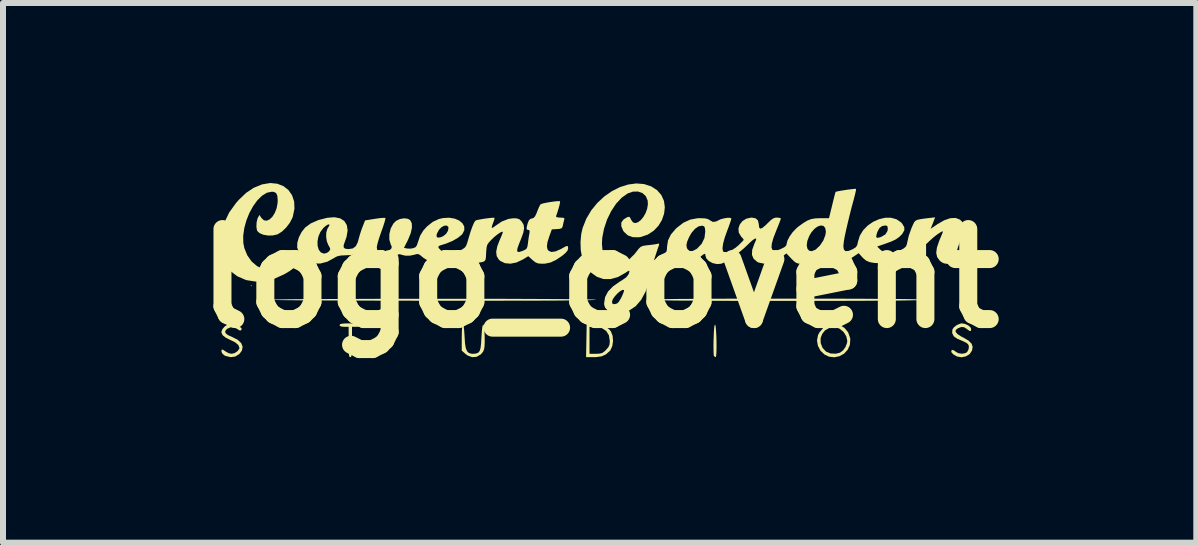
<source format=kicad_pcb>
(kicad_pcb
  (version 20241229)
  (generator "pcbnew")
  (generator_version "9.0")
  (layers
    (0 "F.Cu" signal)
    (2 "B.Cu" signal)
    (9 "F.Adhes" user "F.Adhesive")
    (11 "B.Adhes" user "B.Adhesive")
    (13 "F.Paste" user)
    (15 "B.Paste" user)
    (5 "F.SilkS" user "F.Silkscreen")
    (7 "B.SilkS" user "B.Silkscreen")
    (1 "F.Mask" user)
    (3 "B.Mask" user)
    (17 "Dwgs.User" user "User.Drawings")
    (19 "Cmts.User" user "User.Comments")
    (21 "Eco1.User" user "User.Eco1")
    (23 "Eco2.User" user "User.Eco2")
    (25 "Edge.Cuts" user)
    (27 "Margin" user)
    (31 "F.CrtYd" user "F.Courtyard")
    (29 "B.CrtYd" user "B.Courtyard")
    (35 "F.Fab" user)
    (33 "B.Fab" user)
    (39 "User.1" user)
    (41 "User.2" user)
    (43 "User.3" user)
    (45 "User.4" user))
  (footprint "logo_covent"
    (layer "F.Cu")
    (at 6.943 1.589)
    (property "Reference" "logo_covent" (at 0 0 0) (layer "F.SilkS") (effects (font (size 1.5 1.5) (thickness 0.3))))
    (attr board_only exclude_from_pos_files exclude_from_bom)
    (fp_poly (pts (xy -5.797 0.122) (xy -5.806 0.131) (xy -5.815 0.122) (xy -5.806 0.113)) (stroke (width 0) (type solid)) (fill yes) (layer "F.SilkS"))
    (fp_poly (pts (xy 1.933 0.8) (xy 1.939 0.865) (xy 1.945 0.965) (xy 1.947 1.041) (xy 1.948 1.164) (xy 1.945 1.251) (xy 1.94 1.3) (xy 1.932 1.313) (xy 1.908 1.298) (xy 1.903 1.289) (xy 1.9 1.262) (xy 1.898 1.205) (xy 1.897 1.126) (xy 1.898 1.034) (xy 1.899 1.017) (xy 1.903 0.9) (xy 1.909 0.821) (xy 1.917 0.778) (xy 1.925 0.771)) (stroke (width 0) (type solid)) (fill yes) (layer "F.SilkS"))
    (fp_poly (pts (xy -4.07 0.751) (xy -4.016 0.755) (xy -3.988 0.762) (xy -3.977 0.774) (xy -3.977 0.779) (xy -3.989 0.798) (xy -4.03 0.806) (xy -4.052 0.807) (xy -4.127 0.807) (xy -4.127 1.06) (xy -4.128 1.164) (xy -4.13 1.235) (xy -4.134 1.281) (xy -4.141 1.305) (xy -4.152 1.313) (xy -4.155 1.313) (xy -4.167 1.308) (xy -4.175 1.288) (xy -4.18 1.249) (xy -4.182 1.184) (xy -4.183 1.089) (xy -4.183 1.06) (xy -4.183 0.807) (xy -4.258 0.807) (xy -4.311 0.802) (xy -4.332 0.787) (xy -4.333 0.779) (xy -4.327 0.765) (xy -4.304 0.757) (xy -4.257 0.752) (xy -4.181 0.75) (xy -4.155 0.75)) (stroke (width 0) (type solid)) (fill yes) (layer "F.SilkS"))
    (fp_poly (pts (xy -0.011 0.762) (xy 0.084 0.795) (xy 0.159 0.849) (xy 0.188 0.885) (xy 0.216 0.958) (xy 0.223 1.044) (xy 0.211 1.128) (xy 0.179 1.198) (xy 0.168 1.211) (xy 0.104 1.267) (xy 0.033 1.299) (xy -0.058 1.312) (xy -0.103 1.313) (xy -0.226 1.313) (xy -0.221 1.036) (xy -0.221 1.032) (xy -0.169 1.032) (xy -0.169 1.257) (xy -0.064 1.257) (xy 0.001 1.254) (xy 0.044 1.243) (xy 0.082 1.215) (xy 0.105 1.193) (xy 0.146 1.146) (xy 0.165 1.101) (xy 0.169 1.042) (xy 0.154 0.948) (xy 0.109 0.876) (xy 0.038 0.829) (xy -0.06 0.808) (xy -0.093 0.807) (xy -0.169 0.807) (xy -0.169 1.032) (xy -0.221 1.032) (xy -0.216 0.76) (xy -0.117 0.754)) (stroke (width 0) (type solid)) (fill yes) (layer "F.SilkS"))
    (fp_poly (pts (xy -2.265 0.805) (xy -2.257 0.877) (xy -2.251 0.969) (xy -2.244 1.081) (xy -2.231 1.161) (xy -2.21 1.213) (xy -2.18 1.243) (xy -2.137 1.256) (xy -2.111 1.257) (xy -2.06 1.253) (xy -2.024 1.239) (xy -1.999 1.209) (xy -1.984 1.157) (xy -1.975 1.078) (xy -1.97 0.986) (xy -1.963 0.882) (xy -1.955 0.81) (xy -1.945 0.773) (xy -1.936 0.771) (xy -1.927 0.804) (xy -1.921 0.873) (xy -1.917 0.947) (xy -1.915 1.053) (xy -1.918 1.128) (xy -1.926 1.182) (xy -1.942 1.221) (xy -1.968 1.253) (xy -1.983 1.268) (xy -2.05 1.307) (xy -2.125 1.313) (xy -2.201 1.285) (xy -2.237 1.258) (xy -2.298 1.204) (xy -2.298 0.987) (xy -2.296 0.879) (xy -2.291 0.807) (xy -2.283 0.77) (xy -2.274 0.769)) (stroke (width 0) (type solid)) (fill yes) (layer "F.SilkS"))
    (fp_poly (pts (xy 3.999 0.777) (xy 4.08 0.825) (xy 4.141 0.899) (xy 4.174 0.993) (xy 4.177 1.016) (xy 4.17 1.109) (xy 4.133 1.19) (xy 4.074 1.254) (xy 3.997 1.297) (xy 3.911 1.315) (xy 3.823 1.305) (xy 3.75 1.271) (xy 3.68 1.205) (xy 3.637 1.123) (xy 3.622 1.034) (xy 3.629 0.997) (xy 3.682 0.997) (xy 3.683 1.077) (xy 3.715 1.159) (xy 3.772 1.22) (xy 3.849 1.252) (xy 3.938 1.255) (xy 4.004 1.239) (xy 4.054 1.203) (xy 4.097 1.144) (xy 4.123 1.075) (xy 4.127 1.041) (xy 4.11 0.965) (xy 4.066 0.894) (xy 4.003 0.842) (xy 3.985 0.833) (xy 3.9 0.814) (xy 3.823 0.828) (xy 3.757 0.866) (xy 3.709 0.925) (xy 3.682 0.997) (xy 3.629 0.997) (xy 3.639 0.946) (xy 3.663 0.9) (xy 3.73 0.821) (xy 3.803 0.776) (xy 3.891 0.76) (xy 3.902 0.76)) (stroke (width 0) (type solid)) (fill yes) (layer "F.SilkS"))
    (fp_poly (pts (xy 3.498 0.338) (xy 3.849 0.338) (xy 4.164 0.339) (xy 4.444 0.34) (xy 4.689 0.342) (xy 4.897 0.343) (xy 5.07 0.345) (xy 5.206 0.347) (xy 5.305 0.35) (xy 5.368 0.353) (xy 5.393 0.356) (xy 5.393 0.356) (xy 5.377 0.36) (xy 5.322 0.363) (xy 5.231 0.365) (xy 5.102 0.368) (xy 4.936 0.37) (xy 4.733 0.371) (xy 4.492 0.373) (xy 4.215 0.374) (xy 3.9 0.375) (xy 3.549 0.375) (xy 3.16 0.375) (xy 3.125 0.375) (xy 2.735 0.375) (xy 2.382 0.375) (xy 2.065 0.374) (xy 1.784 0.373) (xy 1.54 0.371) (xy 1.331 0.37) (xy 1.16 0.368) (xy 1.025 0.365) (xy 0.928 0.363) (xy 0.867 0.36) (xy 0.844 0.357) (xy 0.844 0.356) (xy 0.863 0.353) (xy 0.919 0.35) (xy 1.012 0.348) (xy 1.143 0.345) (xy 1.31 0.343) (xy 1.514 0.342) (xy 1.754 0.34) (xy 2.031 0.339) (xy 2.344 0.338) (xy 2.693 0.338) (xy 3.077 0.338) (xy 3.113 0.338)) (stroke (width 0) (type solid)) (fill yes) (layer "F.SilkS"))
    (fp_poly (pts (xy -6.094 0.759) (xy -6.043 0.779) (xy -5.998 0.806) (xy -5.969 0.831) (xy -5.965 0.841) (xy -5.977 0.868) (xy -6.005 0.866) (xy -6.021 0.854) (xy -6.082 0.82) (xy -6.149 0.815) (xy -6.209 0.841) (xy -6.21 0.841) (xy -6.24 0.878) (xy -6.236 0.911) (xy -6.197 0.944) (xy -6.122 0.978) (xy -6.12 0.979) (xy -6.031 1.024) (xy -5.974 1.078) (xy -5.95 1.138) (xy -5.961 1.202) (xy -6.002 1.258) (xy -6.07 1.302) (xy -6.15 1.313) (xy -6.235 1.292) (xy -6.252 1.284) (xy -6.289 1.252) (xy -6.303 1.219) (xy -6.299 1.189) (xy -6.283 1.186) (xy -6.248 1.208) (xy -6.233 1.219) (xy -6.182 1.247) (xy -6.132 1.257) (xy -6.081 1.244) (xy -6.035 1.213) (xy -6.006 1.175) (xy -6.003 1.157) (xy -6.021 1.111) (xy -6.074 1.066) (xy -6.144 1.031) (xy -6.227 0.991) (xy -6.278 0.952) (xy -6.301 0.911) (xy -6.303 0.89) (xy -6.287 0.846) (xy -6.247 0.801) (xy -6.195 0.766) (xy -6.142 0.751) (xy -6.138 0.75)) (stroke (width 0) (type solid)) (fill yes) (layer "F.SilkS"))
    (fp_poly (pts (xy 6.095 0.761) (xy 6.146 0.786) (xy 6.182 0.82) (xy 6.191 0.845) (xy 6.187 0.874) (xy 6.17 0.878) (xy 6.135 0.856) (xy 6.121 0.844) (xy 6.073 0.814) (xy 6.029 0.81) (xy 5.975 0.829) (xy 5.935 0.858) (xy 5.932 0.892) (xy 5.966 0.931) (xy 6.038 0.976) (xy 6.062 0.987) (xy 6.147 1.037) (xy 6.198 1.088) (xy 6.216 1.142) (xy 6.206 1.201) (xy 6.166 1.262) (xy 6.104 1.3) (xy 6.031 1.315) (xy 5.956 1.302) (xy 5.896 1.268) (xy 5.863 1.233) (xy 5.859 1.209) (xy 5.865 1.2) (xy 5.888 1.191) (xy 5.918 1.21) (xy 5.926 1.217) (xy 5.977 1.247) (xy 6.04 1.256) (xy 6.098 1.245) (xy 6.124 1.227) (xy 6.146 1.187) (xy 6.153 1.145) (xy 6.15 1.118) (xy 6.138 1.096) (xy 6.111 1.074) (xy 6.061 1.049) (xy 5.985 1.016) (xy 5.961 1.007) (xy 5.902 0.966) (xy 5.874 0.91) (xy 5.879 0.85) (xy 5.907 0.812) (xy 5.955 0.777) (xy 6.011 0.754) (xy 6.04 0.75)) (stroke (width 0) (type solid)) (fill yes) (layer "F.SilkS"))
    (fp_poly (pts (xy -2.363 0.34) (xy -2.091 0.34) (xy -1.825 0.341) (xy -1.569 0.341) (xy -1.324 0.342) (xy -1.093 0.343) (xy -0.879 0.344) (xy -0.684 0.345) (xy -0.51 0.347) (xy -0.361 0.348) (xy -0.239 0.35) (xy -0.145 0.352) (xy -0.084 0.354) (xy -0.057 0.356) (xy -0.056 0.356) (xy -0.075 0.359) (xy -0.131 0.362) (xy -0.224 0.364) (xy -0.355 0.366) (xy -0.524 0.368) (xy -0.729 0.37) (xy -0.972 0.371) (xy -1.253 0.372) (xy -1.571 0.372) (xy -1.926 0.373) (xy -2.319 0.373) (xy -2.75 0.373) (xy -2.828 0.373) (xy -3.146 0.372) (xy -3.452 0.372) (xy -3.746 0.371) (xy -4.024 0.37) (xy -4.284 0.369) (xy -4.526 0.368) (xy -4.746 0.367) (xy -4.943 0.366) (xy -5.115 0.364) (xy -5.259 0.363) (xy -5.375 0.361) (xy -5.459 0.36) (xy -5.51 0.358) (xy -5.526 0.357) (xy -5.525 0.357) (xy -5.494 0.354) (xy -5.429 0.352) (xy -5.333 0.351) (xy -5.208 0.349) (xy -5.056 0.347) (xy -4.88 0.346) (xy -4.683 0.345) (xy -4.467 0.344) (xy -4.235 0.343) (xy -3.988 0.342) (xy -3.731 0.341) (xy -3.465 0.341) (xy -3.192 0.34) (xy -2.916 0.34) (xy -2.639 0.34)) (stroke (width 0) (type solid)) (fill yes) (layer "F.SilkS"))
    (fp_poly (pts (xy -5.371 -1.577) (xy -5.269 -1.537) (xy -5.186 -1.472) (xy -5.126 -1.385) (xy -5.091 -1.28) (xy -5.086 -1.161) (xy -5.113 -1.031) (xy -5.121 -1.008) (xy -5.163 -0.927) (xy -5.224 -0.847) (xy -5.294 -0.78) (xy -5.363 -0.736) (xy -5.371 -0.733) (xy -5.448 -0.715) (xy -5.529 -0.714) (xy -5.607 -0.728) (xy -5.669 -0.755) (xy -5.707 -0.792) (xy -5.71 -0.798) (xy -5.72 -0.858) (xy -5.717 -0.931) (xy -5.702 -0.996) (xy -5.695 -1.011) (xy -5.67 -1.057) (xy -5.637 -1.007) (xy -5.596 -0.968) (xy -5.55 -0.961) (xy -5.501 -0.982) (xy -5.454 -1.026) (xy -5.414 -1.09) (xy -5.383 -1.169) (xy -5.367 -1.258) (xy -5.365 -1.299) (xy -5.371 -1.375) (xy -5.39 -1.42) (xy -5.427 -1.441) (xy -5.464 -1.444) (xy -5.546 -1.427) (xy -5.627 -1.377) (xy -5.705 -1.3) (xy -5.775 -1.203) (xy -5.837 -1.09) (xy -5.887 -0.966) (xy -5.922 -0.838) (xy -5.94 -0.711) (xy -5.938 -0.59) (xy -5.921 -0.504) (xy -5.872 -0.384) (xy -5.8 -0.282) (xy -5.713 -0.207) (xy -5.71 -0.205) (xy -5.659 -0.179) (xy -5.603 -0.166) (xy -5.527 -0.162) (xy -5.513 -0.162) (xy -5.406 -0.173) (xy -5.312 -0.207) (xy -5.222 -0.269) (xy -5.15 -0.336) (xy -5.107 -0.378) (xy -5.074 -0.406) (xy -5.061 -0.413) (xy -5.053 -0.396) (xy -5.047 -0.353) (xy -5.046 -0.318) (xy -5.051 -0.259) (xy -5.07 -0.21) (xy -5.107 -0.166) (xy -5.168 -0.121) (xy -5.259 -0.067) (xy -5.262 -0.066) (xy -5.419 0.005) (xy -5.58 0.044) (xy -5.738 0.053) (xy -5.887 0.029) (xy -5.897 0.026) (xy -6.038 -0.035) (xy -6.152 -0.121) (xy -6.24 -0.234) (xy -6.269 -0.291) (xy -6.29 -0.344) (xy -6.303 -0.398) (xy -6.31 -0.465) (xy -6.312 -0.556) (xy -6.312 -0.572) (xy -6.297 -0.761) (xy -6.252 -0.935) (xy -6.174 -1.097) (xy -6.062 -1.253) (xy -6.012 -1.31) (xy -5.891 -1.425) (xy -5.767 -1.508) (xy -5.634 -1.563) (xy -5.62 -1.567) (xy -5.489 -1.589)) (stroke (width 0) (type solid)) (fill yes) (layer "F.SilkS"))
    (fp_poly (pts (xy -0.66 -1.285) (xy -0.66 -1.264) (xy -0.67 -1.218) (xy -0.687 -1.157) (xy -0.707 -1.091) (xy -0.727 -1.036) (xy -0.72 -1.021) (xy -0.68 -1.014) (xy -0.657 -1.013) (xy -0.606 -1.01) (xy -0.587 -0.999) (xy -0.588 -0.986) (xy -0.598 -0.95) (xy -0.61 -0.898) (xy -0.61 -0.893) (xy -0.621 -0.853) (xy -0.639 -0.833) (xy -0.676 -0.824) (xy -0.71 -0.822) (xy -0.797 -0.816) (xy -0.838 -0.703) (xy -0.869 -0.606) (xy -0.879 -0.535) (xy -0.869 -0.484) (xy -0.851 -0.46) (xy -0.805 -0.44) (xy -0.737 -0.449) (xy -0.649 -0.487) (xy -0.627 -0.499) (xy -0.572 -0.53) (xy -0.541 -0.541) (xy -0.528 -0.531) (xy -0.525 -0.502) (xy -0.525 -0.498) (xy -0.536 -0.462) (xy -0.571 -0.421) (xy -0.625 -0.376) (xy -0.726 -0.308) (xy -0.817 -0.265) (xy -0.907 -0.246) (xy -0.956 -0.244) (xy -1.021 -0.248) (xy -1.067 -0.265) (xy -1.116 -0.303) (xy -1.12 -0.307) (xy -1.189 -0.37) (xy -1.281 -0.314) (xy -1.385 -0.265) (xy -1.486 -0.245) (xy -1.578 -0.253) (xy -1.655 -0.29) (xy -1.681 -0.313) (xy -1.716 -0.372) (xy -1.724 -0.445) (xy -1.705 -0.537) (xy -1.67 -0.628) (xy -1.642 -0.692) (xy -1.622 -0.743) (xy -1.613 -0.771) (xy -1.613 -0.772) (xy -1.626 -0.778) (xy -1.659 -0.763) (xy -1.705 -0.731) (xy -1.759 -0.687) (xy -1.805 -0.643) (xy -1.846 -0.599) (xy -1.871 -0.563) (xy -1.883 -0.523) (xy -1.889 -0.464) (xy -1.892 -0.423) (xy -1.895 -0.357) (xy -1.901 -0.314) (xy -1.917 -0.288) (xy -1.951 -0.273) (xy -2.007 -0.263) (xy -2.086 -0.252) (xy -2.14 -0.246) (xy -2.167 -0.251) (xy -2.18 -0.27) (xy -2.186 -0.293) (xy -2.199 -0.346) (xy -2.213 -0.373) (xy -2.236 -0.377) (xy -2.278 -0.359) (xy -2.334 -0.328) (xy -2.464 -0.272) (xy -2.596 -0.246) (xy -2.723 -0.25) (xy -2.84 -0.282) (xy -2.939 -0.344) (xy -2.946 -0.35) (xy -2.991 -0.388) (xy -3.023 -0.405) (xy -3.054 -0.404) (xy -3.079 -0.396) (xy -3.158 -0.379) (xy -3.237 -0.378) (xy -3.301 -0.393) (xy -3.304 -0.395) (xy -3.335 -0.404) (xy -3.369 -0.392) (xy -3.406 -0.366) (xy -3.509 -0.303) (xy -3.617 -0.262) (xy -3.724 -0.245) (xy -3.824 -0.251) (xy -3.909 -0.28) (xy -3.974 -0.332) (xy -3.994 -0.361) (xy -4.021 -0.397) (xy -4.05 -0.404) (xy -4.061 -0.4) (xy -4.099 -0.393) (xy -4.16 -0.388) (xy -4.231 -0.385) (xy -4.311 -0.381) (xy -4.367 -0.37) (xy -4.411 -0.349) (xy -4.422 -0.341) (xy -4.538 -0.278) (xy -4.656 -0.247) (xy -4.771 -0.249) (xy -4.868 -0.281) (xy -4.945 -0.339) (xy -5.006 -0.42) (xy -5.04 -0.511) (xy -5.041 -0.517) (xy -5.038 -0.595) (xy -5.032 -0.616) (xy -4.702 -0.616) (xy -4.7 -0.541) (xy -4.681 -0.477) (xy -4.646 -0.432) (xy -4.595 -0.413) (xy -4.588 -0.413) (xy -4.543 -0.426) (xy -4.512 -0.449) (xy -4.493 -0.475) (xy -4.491 -0.499) (xy -4.509 -0.534) (xy -4.519 -0.55) (xy -4.546 -0.615) (xy -4.558 -0.693) (xy -4.555 -0.768) (xy -4.537 -0.827) (xy -4.531 -0.836) (xy -4.505 -0.878) (xy -4.505 -0.899) (xy -4.527 -0.898) (xy -4.565 -0.875) (xy -4.606 -0.838) (xy -4.655 -0.772) (xy -4.687 -0.696) (xy -4.702 -0.616) (xy -5.032 -0.616) (xy -5.012 -0.685) (xy -4.966 -0.773) (xy -4.909 -0.846) (xy -4.814 -0.916) (xy -4.687 -0.972) (xy -4.537 -1.01) (xy -4.419 -1.019) (xy -4.324 -1) (xy -4.255 -0.956) (xy -4.213 -0.887) (xy -4.2 -0.798) (xy -4.218 -0.69) (xy -4.243 -0.62) (xy -4.266 -0.554) (xy -4.265 -0.514) (xy -4.239 -0.494) (xy -4.185 -0.488) (xy -4.183 -0.488) (xy -4.113 -0.499) (xy -4.064 -0.536) (xy -4.031 -0.602) (xy -4.021 -0.638) (xy -4 -0.715) (xy -3.972 -0.803) (xy -3.953 -0.854) (xy -3.909 -0.966) (xy -3.746 -0.992) (xy -3.671 -1.003) (xy -3.612 -1.008) (xy -3.576 -1.008) (xy -3.57 -1.006) (xy -3.572 -0.985) (xy -3.585 -0.936) (xy -3.607 -0.867) (xy -3.636 -0.784) (xy -3.637 -0.783) (xy -3.667 -0.695) (xy -3.693 -0.613) (xy -3.709 -0.549) (xy -3.714 -0.513) (xy -3.703 -0.458) (xy -3.676 -0.414) (xy -3.641 -0.394) (xy -3.637 -0.394) (xy -3.597 -0.406) (xy -3.544 -0.436) (xy -3.495 -0.474) (xy -3.468 -0.503) (xy -3.465 -0.531) (xy -3.481 -0.564) (xy -3.505 -0.646) (xy -3.504 -0.74) (xy -3.481 -0.833) (xy -3.438 -0.913) (xy -3.392 -0.959) (xy -3.329 -0.989) (xy -3.259 -1.001) (xy -3.196 -0.993) (xy -3.158 -0.971) (xy -3.131 -0.919) (xy -3.128 -0.844) (xy -3.149 -0.751) (xy -3.192 -0.646) (xy -3.195 -0.639) (xy -3.261 -0.509) (xy -3.211 -0.498) (xy -3.155 -0.495) (xy -3.106 -0.503) (xy -3.068 -0.52) (xy -3.045 -0.552) (xy -3.029 -0.601) (xy -2.995 -0.7) (xy -2.719 -0.7) (xy -2.699 -0.679) (xy -2.652 -0.684) (xy -2.606 -0.704) (xy -2.558 -0.743) (xy -2.527 -0.794) (xy -2.519 -0.845) (xy -2.522 -0.858) (xy -2.547 -0.88) (xy -2.587 -0.878) (xy -2.633 -0.855) (xy -2.674 -0.814) (xy -2.677 -0.809) (xy -2.713 -0.743) (xy -2.719 -0.7) (xy -2.995 -0.7) (xy -2.992 -0.71) (xy -2.938 -0.798) (xy -2.876 -0.866) (xy -2.779 -0.943) (xy -2.679 -0.989) (xy -2.61 -1.005) (xy -2.508 -1.011) (xy -2.417 -0.996) (xy -2.343 -0.965) (xy -2.288 -0.92) (xy -2.257 -0.866) (xy -2.255 -0.805) (xy -2.285 -0.743) (xy -2.299 -0.727) (xy -2.364 -0.674) (xy -2.454 -0.623) (xy -2.558 -0.58) (xy -2.612 -0.563) (xy -2.664 -0.547) (xy -2.686 -0.533) (xy -2.686 -0.514) (xy -2.681 -0.504) (xy -2.641 -0.462) (xy -2.577 -0.429) (xy -2.503 -0.413) (xy -2.489 -0.413) (xy -2.436 -0.422) (xy -2.369 -0.444) (xy -2.325 -0.464) (xy -2.277 -0.491) (xy -2.245 -0.515) (xy -2.224 -0.546) (xy -2.206 -0.594) (xy -2.185 -0.666) (xy -2.152 -0.776) (xy -2.12 -0.866) (xy -2.092 -0.93) (xy -2.068 -0.963) (xy -2.066 -0.965) (xy -2.039 -0.973) (xy -1.988 -0.983) (xy -1.924 -0.994) (xy -1.858 -1.003) (xy -1.8 -1.009) (xy -1.762 -1.011) (xy -1.753 -1.009) (xy -1.754 -0.988) (xy -1.767 -0.946) (xy -1.773 -0.932) (xy -1.795 -0.872) (xy -1.798 -0.843) (xy -1.78 -0.844) (xy -1.742 -0.872) (xy -1.632 -0.947) (xy -1.519 -0.991) (xy -1.438 -1.002) (xy -1.378 -0.999) (xy -1.338 -0.985) (xy -1.303 -0.952) (xy -1.302 -0.951) (xy -1.269 -0.899) (xy -1.259 -0.839) (xy -1.271 -0.765) (xy -1.305 -0.67) (xy -1.345 -0.571) (xy -1.369 -0.503) (xy -1.375 -0.461) (xy -1.365 -0.441) (xy -1.336 -0.441) (xy -1.289 -0.456) (xy -1.279 -0.46) (xy -1.236 -0.48) (xy -1.212 -0.504) (xy -1.201 -0.543) (xy -1.195 -0.587) (xy -1.186 -0.658) (xy -1.176 -0.723) (xy -1.171 -0.746) (xy -1.166 -0.788) (xy -1.176 -0.805) (xy -1.189 -0.807) (xy -1.211 -0.812) (xy -1.218 -0.833) (xy -1.21 -0.878) (xy -1.198 -0.921) (xy -1.177 -0.971) (xy -1.148 -0.994) (xy -1.129 -0.998) (xy -1.1 -1.008) (xy -1.076 -1.035) (xy -1.051 -1.087) (xy -1.042 -1.111) (xy -1.018 -1.171) (xy -0.996 -1.217) (xy -0.984 -1.235) (xy -0.958 -1.245) (xy -0.908 -1.257) (xy -0.843 -1.269) (xy -0.775 -1.279) (xy -0.715 -1.286) (xy -0.673 -1.287)) (stroke (width 0) (type solid)) (fill yes) (layer "F.SilkS"))
    (fp_poly (pts (xy 0.739 -1.572) (xy 0.859 -1.533) (xy 0.956 -1.471) (xy 1.029 -1.387) (xy 1.072 -1.29) (xy 1.086 -1.185) (xy 1.074 -1.078) (xy 1.038 -0.973) (xy 0.98 -0.877) (xy 0.901 -0.794) (xy 0.804 -0.73) (xy 0.69 -0.691) (xy 0.656 -0.685) (xy 0.555 -0.686) (xy 0.469 -0.717) (xy 0.404 -0.777) (xy 0.394 -0.791) (xy 0.361 -0.868) (xy 0.361 -0.93) (xy 0.396 -0.979) (xy 0.417 -0.994) (xy 0.465 -1.022) (xy 0.492 -1.027) (xy 0.51 -1.009) (xy 0.525 -0.975) (xy 0.556 -0.933) (xy 0.595 -0.921) (xy 0.64 -0.936) (xy 0.686 -0.971) (xy 0.729 -1.024) (xy 0.766 -1.088) (xy 0.792 -1.161) (xy 0.804 -1.236) (xy 0.8 -1.298) (xy 0.769 -1.371) (xy 0.714 -1.421) (xy 0.64 -1.447) (xy 0.556 -1.446) (xy 0.468 -1.416) (xy 0.368 -1.345) (xy 0.274 -1.244) (xy 0.192 -1.12) (xy 0.123 -0.979) (xy 0.073 -0.828) (xy 0.043 -0.675) (xy 0.038 -0.575) (xy 0.049 -0.45) (xy 0.084 -0.355) (xy 0.143 -0.289) (xy 0.224 -0.252) (xy 0.301 -0.244) (xy 0.396 -0.261) (xy 0.487 -0.312) (xy 0.576 -0.399) (xy 0.61 -0.441) (xy 0.651 -0.494) (xy 0.684 -0.525) (xy 0.721 -0.541) (xy 0.775 -0.55) (xy 0.807 -0.553) (xy 0.875 -0.561) (xy 0.932 -0.569) (xy 0.961 -0.575) (xy 0.983 -0.58) (xy 0.992 -0.574) (xy 0.987 -0.548) (xy 0.969 -0.496) (xy 0.966 -0.488) (xy 0.938 -0.404) (xy 0.914 -0.328) (xy 0.899 -0.269) (xy 0.892 -0.233) (xy 0.893 -0.225) (xy 0.911 -0.237) (xy 0.948 -0.269) (xy 0.997 -0.315) (xy 1.013 -0.329) (xy 1.067 -0.383) (xy 1.1 -0.422) (xy 1.116 -0.456) (xy 1.122 -0.495) (xy 1.123 -0.525) (xy 1.127 -0.555) (xy 1.446 -0.555) (xy 1.453 -0.51) (xy 1.464 -0.487) (xy 1.498 -0.456) (xy 1.549 -0.456) (xy 1.612 -0.488) (xy 1.626 -0.498) (xy 1.701 -0.577) (xy 1.747 -0.674) (xy 1.76 -0.779) (xy 1.76 -0.784) (xy 1.754 -0.838) (xy 1.742 -0.866) (xy 1.717 -0.876) (xy 1.705 -0.878) (xy 1.649 -0.867) (xy 1.589 -0.826) (xy 1.532 -0.76) (xy 1.489 -0.685) (xy 1.458 -0.61) (xy 1.446 -0.555) (xy 1.127 -0.555) (xy 1.139 -0.632) (xy 1.188 -0.732) (xy 1.271 -0.829) (xy 1.285 -0.842) (xy 1.395 -0.927) (xy 1.508 -0.979) (xy 1.631 -1.002) (xy 1.672 -1.003) (xy 1.751 -1) (xy 1.803 -0.989) (xy 1.833 -0.971) (xy 1.886 -0.941) (xy 1.942 -0.948) (xy 1.976 -0.966) (xy 2.019 -0.986) (xy 2.073 -1) (xy 2.128 -1.009) (xy 2.172 -1.009) (xy 2.194 -0.999) (xy 2.195 -0.996) (xy 2.188 -0.97) (xy 2.171 -0.918) (xy 2.146 -0.848) (xy 2.128 -0.801) (xy 2.084 -0.678) (xy 2.057 -0.577) (xy 2.047 -0.501) (xy 2.055 -0.454) (xy 2.07 -0.44) (xy 2.122 -0.438) (xy 2.189 -0.462) (xy 2.263 -0.509) (xy 2.315 -0.552) (xy 2.359 -0.596) (xy 2.391 -0.629) (xy 2.401 -0.643) (xy 2.39 -0.661) (xy 2.361 -0.694) (xy 2.354 -0.702) (xy 2.318 -0.764) (xy 2.313 -0.832) (xy 2.335 -0.898) (xy 2.38 -0.955) (xy 2.445 -0.995) (xy 2.525 -1.013) (xy 2.535 -1.013) (xy 2.599 -1.001) (xy 2.638 -0.965) (xy 2.653 -0.9) (xy 2.653 -0.89) (xy 2.66 -0.844) (xy 2.679 -0.828) (xy 2.713 -0.842) (xy 2.765 -0.885) (xy 2.799 -0.919) (xy 2.853 -0.971) (xy 2.894 -1) (xy 2.932 -1.012) (xy 2.955 -1.013) (xy 2.998 -1.009) (xy 3.02 -0.999) (xy 3.02 -0.997) (xy 3.013 -0.974) (xy 2.995 -0.925) (xy 2.968 -0.857) (xy 2.945 -0.801) (xy 2.896 -0.675) (xy 2.869 -0.58) (xy 2.864 -0.513) (xy 2.88 -0.474) (xy 2.919 -0.461) (xy 2.979 -0.474) (xy 3.016 -0.488) (xy 3.078 -0.519) (xy 3.109 -0.547) (xy 3.11 -0.552) (xy 3.451 -0.552) (xy 3.462 -0.496) (xy 3.49 -0.462) (xy 3.534 -0.453) (xy 3.591 -0.475) (xy 3.602 -0.482) (xy 3.671 -0.547) (xy 3.727 -0.631) (xy 3.762 -0.721) (xy 3.77 -0.779) (xy 3.759 -0.84) (xy 3.73 -0.874) (xy 3.686 -0.882) (xy 3.634 -0.865) (xy 3.58 -0.826) (xy 3.527 -0.765) (xy 3.494 -0.708) (xy 3.461 -0.624) (xy 3.451 -0.552) (xy 3.11 -0.552) (xy 3.114 -0.567) (xy 3.128 -0.625) (xy 3.164 -0.695) (xy 3.216 -0.769) (xy 3.278 -0.834) (xy 3.309 -0.861) (xy 3.395 -0.923) (xy 3.465 -0.965) (xy 3.529 -0.989) (xy 3.599 -1) (xy 3.679 -1.003) (xy 3.822 -1.003) (xy 3.875 -1.219) (xy 3.895 -1.303) (xy 3.913 -1.374) (xy 3.926 -1.422) (xy 3.931 -1.441) (xy 3.951 -1.447) (xy 3.998 -1.457) (xy 4.061 -1.467) (xy 4.13 -1.478) (xy 4.195 -1.486) (xy 4.246 -1.492) (xy 4.272 -1.492) (xy 4.273 -1.492) (xy 4.272 -1.471) (xy 4.262 -1.423) (xy 4.245 -1.356) (xy 4.233 -1.309) (xy 4.201 -1.192) (xy 4.168 -1.062) (xy 4.136 -0.93) (xy 4.107 -0.805) (xy 4.084 -0.699) (xy 4.071 -0.626) (xy 4.061 -0.537) (xy 4.07 -0.48) (xy 4.097 -0.454) (xy 4.147 -0.457) (xy 4.219 -0.487) (xy 4.219 -0.487) (xy 4.266 -0.516) (xy 4.291 -0.55) (xy 4.304 -0.605) (xy 4.304 -0.607) (xy 4.329 -0.69) (xy 4.609 -0.69) (xy 4.625 -0.675) (xy 4.667 -0.683) (xy 4.695 -0.693) (xy 4.762 -0.733) (xy 4.797 -0.79) (xy 4.802 -0.827) (xy 4.796 -0.868) (xy 4.773 -0.881) (xy 4.766 -0.882) (xy 4.707 -0.872) (xy 4.663 -0.839) (xy 4.63 -0.778) (xy 4.614 -0.729) (xy 4.609 -0.69) (xy 4.329 -0.69) (xy 4.335 -0.71) (xy 4.391 -0.802) (xy 4.467 -0.88) (xy 4.557 -0.942) (xy 4.656 -0.986) (xy 4.758 -1.01) (xy 4.856 -1.01) (xy 4.947 -0.985) (xy 5.023 -0.933) (xy 5.043 -0.91) (xy 5.076 -0.854) (xy 5.078 -0.804) (xy 5.048 -0.749) (xy 5.035 -0.732) (xy 4.99 -0.688) (xy 4.936 -0.65) (xy 4.862 -0.615) (xy 4.762 -0.578) (xy 4.747 -0.573) (xy 4.625 -0.531) (xy 4.684 -0.472) (xy 4.752 -0.426) (xy 4.832 -0.412) (xy 4.926 -0.431) (xy 5.009 -0.467) (xy 5.067 -0.499) (xy 5.1 -0.527) (xy 5.117 -0.56) (xy 5.125 -0.596) (xy 5.152 -0.712) (xy 5.196 -0.836) (xy 5.226 -0.904) (xy 5.242 -0.936) (xy 5.262 -0.958) (xy 5.29 -0.974) (xy 5.336 -0.985) (xy 5.407 -0.996) (xy 5.483 -1.005) (xy 5.591 -1.017) (xy 5.554 -0.921) (xy 5.516 -0.826) (xy 5.628 -0.902) (xy 5.742 -0.968) (xy 5.844 -1.003) (xy 5.932 -1.007) (xy 6.004 -0.979) (xy 6.04 -0.944) (xy 6.066 -0.899) (xy 6.075 -0.848) (xy 6.067 -0.783) (xy 6.04 -0.698) (xy 6.012 -0.626) (xy 5.984 -0.555) (xy 5.964 -0.496) (xy 5.955 -0.458) (xy 5.956 -0.45) (xy 5.98 -0.443) (xy 6.028 -0.453) (xy 6.088 -0.476) (xy 6.147 -0.506) (xy 6.201 -0.535) (xy 6.232 -0.541) (xy 6.245 -0.524) (xy 6.247 -0.502) (xy 6.231 -0.462) (xy 6.188 -0.414) (xy 6.127 -0.363) (xy 6.056 -0.315) (xy 5.983 -0.275) (xy 5.915 -0.25) (xy 5.881 -0.244) (xy 5.797 -0.241) (xy 5.739 -0.25) (xy 5.695 -0.272) (xy 5.664 -0.299) (xy 5.624 -0.356) (xy 5.609 -0.425) (xy 5.62 -0.511) (xy 5.656 -0.619) (xy 5.665 -0.641) (xy 5.692 -0.705) (xy 5.712 -0.754) (xy 5.721 -0.779) (xy 5.722 -0.781) (xy 5.709 -0.783) (xy 5.675 -0.765) (xy 5.627 -0.733) (xy 5.574 -0.692) (xy 5.529 -0.653) (xy 5.44 -0.57) (xy 5.44 -0.426) (xy 5.44 -0.353) (xy 5.433 -0.307) (xy 5.414 -0.28) (xy 5.375 -0.267) (xy 5.31 -0.261) (xy 5.254 -0.258) (xy 5.152 -0.253) (xy 5.135 -0.321) (xy 5.119 -0.389) (xy 4.986 -0.321) (xy 4.919 -0.288) (xy 4.866 -0.268) (xy 4.814 -0.258) (xy 4.747 -0.254) (xy 4.683 -0.253) (xy 4.579 -0.257) (xy 4.502 -0.27) (xy 4.441 -0.296) (xy 4.388 -0.34) (xy 4.358 -0.373) (xy 4.317 -0.42) (xy 4.217 -0.353) (xy 4.141 -0.303) (xy 4.084 -0.27) (xy 4.039 -0.253) (xy 3.995 -0.245) (xy 3.954 -0.244) (xy 3.869 -0.256) (xy 3.809 -0.295) (xy 3.771 -0.356) (xy 3.752 -0.395) (xy 3.739 -0.413) (xy 3.738 -0.413) (xy 3.72 -0.402) (xy 3.684 -0.374) (xy 3.67 -0.363) (xy 3.561 -0.292) (xy 3.443 -0.252) (xy 3.369 -0.244) (xy 3.315 -0.246) (xy 3.277 -0.258) (xy 3.239 -0.285) (xy 3.194 -0.33) (xy 3.112 -0.416) (xy 3.047 -0.366) (xy 2.94 -0.298) (xy 2.833 -0.258) (xy 2.734 -0.246) (xy 2.648 -0.264) (xy 2.626 -0.275) (xy 2.566 -0.327) (xy 2.538 -0.392) (xy 2.542 -0.475) (xy 2.578 -0.575) (xy 2.602 -0.629) (xy 2.61 -0.656) (xy 2.602 -0.664) (xy 2.59 -0.662) (xy 2.56 -0.645) (xy 2.516 -0.608) (xy 2.475 -0.568) (xy 2.405 -0.502) (xy 2.323 -0.433) (xy 2.235 -0.366) (xy 2.151 -0.309) (xy 2.079 -0.266) (xy 2.027 -0.244) (xy 1.956 -0.238) (xy 1.884 -0.254) (xy 1.822 -0.287) (xy 1.779 -0.331) (xy 1.763 -0.378) (xy 1.76 -0.405) (xy 1.745 -0.409) (xy 1.715 -0.389) (xy 1.673 -0.354) (xy 1.575 -0.285) (xy 1.472 -0.25) (xy 1.397 -0.244) (xy 1.298 -0.258) (xy 1.217 -0.297) (xy 1.174 -0.342) (xy 1.144 -0.384) (xy 1.144 -0.34) (xy 1.129 -0.264) (xy 1.082 -0.193) (xy 1 -0.125) (xy 0.966 -0.103) (xy 0.901 -0.06) (xy 0.861 -0.026) (xy 0.838 0.009) (xy 0.825 0.047) (xy 0.766 0.22) (xy 0.691 0.359) (xy 0.6 0.464) (xy 0.492 0.536) (xy 0.368 0.574) (xy 0.288 0.581) (xy 0.219 0.577) (xy 0.169 0.559) (xy 0.133 0.533) (xy 0.092 0.49) (xy 0.076 0.441) (xy 0.075 0.41) (xy 0.079 0.389) (xy 0.206 0.389) (xy 0.212 0.421) (xy 0.237 0.43) (xy 0.258 0.428) (xy 0.291 0.418) (xy 0.319 0.391) (xy 0.35 0.34) (xy 0.364 0.314) (xy 0.39 0.256) (xy 0.405 0.213) (xy 0.407 0.194) (xy 0.381 0.192) (xy 0.342 0.213) (xy 0.297 0.251) (xy 0.255 0.297) (xy 0.222 0.343) (xy 0.207 0.383) (xy 0.206 0.389) (xy 0.079 0.389) (xy 0.091 0.311) (xy 0.14 0.219) (xy 0.223 0.133) (xy 0.341 0.05) (xy 0.368 0.035) (xy 0.443 -0.017) (xy 0.482 -0.068) (xy 0.485 -0.076) (xy 0.497 -0.116) (xy 0.49 -0.128) (xy 0.462 -0.115) (xy 0.431 -0.093) (xy 0.305 -0.022) (xy 0.182 0.012) (xy 0.064 0.011) (xy -0.045 -0.026) (xy -0.144 -0.097) (xy -0.229 -0.202) (xy -0.258 -0.253) (xy -0.294 -0.352) (xy -0.315 -0.473) (xy -0.319 -0.606) (xy -0.307 -0.738) (xy -0.284 -0.839) (xy -0.223 -0.993) (xy -0.14 -1.133) (xy -0.038 -1.258) (xy 0.079 -1.366) (xy 0.206 -1.454) (xy 0.339 -1.521) (xy 0.476 -1.564) (xy 0.61 -1.582)) (stroke (width 0) (type solid)) (fill yes) (layer "F.SilkS")))
  (gr_rect
    (start -3 -3)
    (end 16.886 5.993)
    (stroke (width 0.1) (type default))
    (fill no)
    (layer "Edge.Cuts")))
</source>
